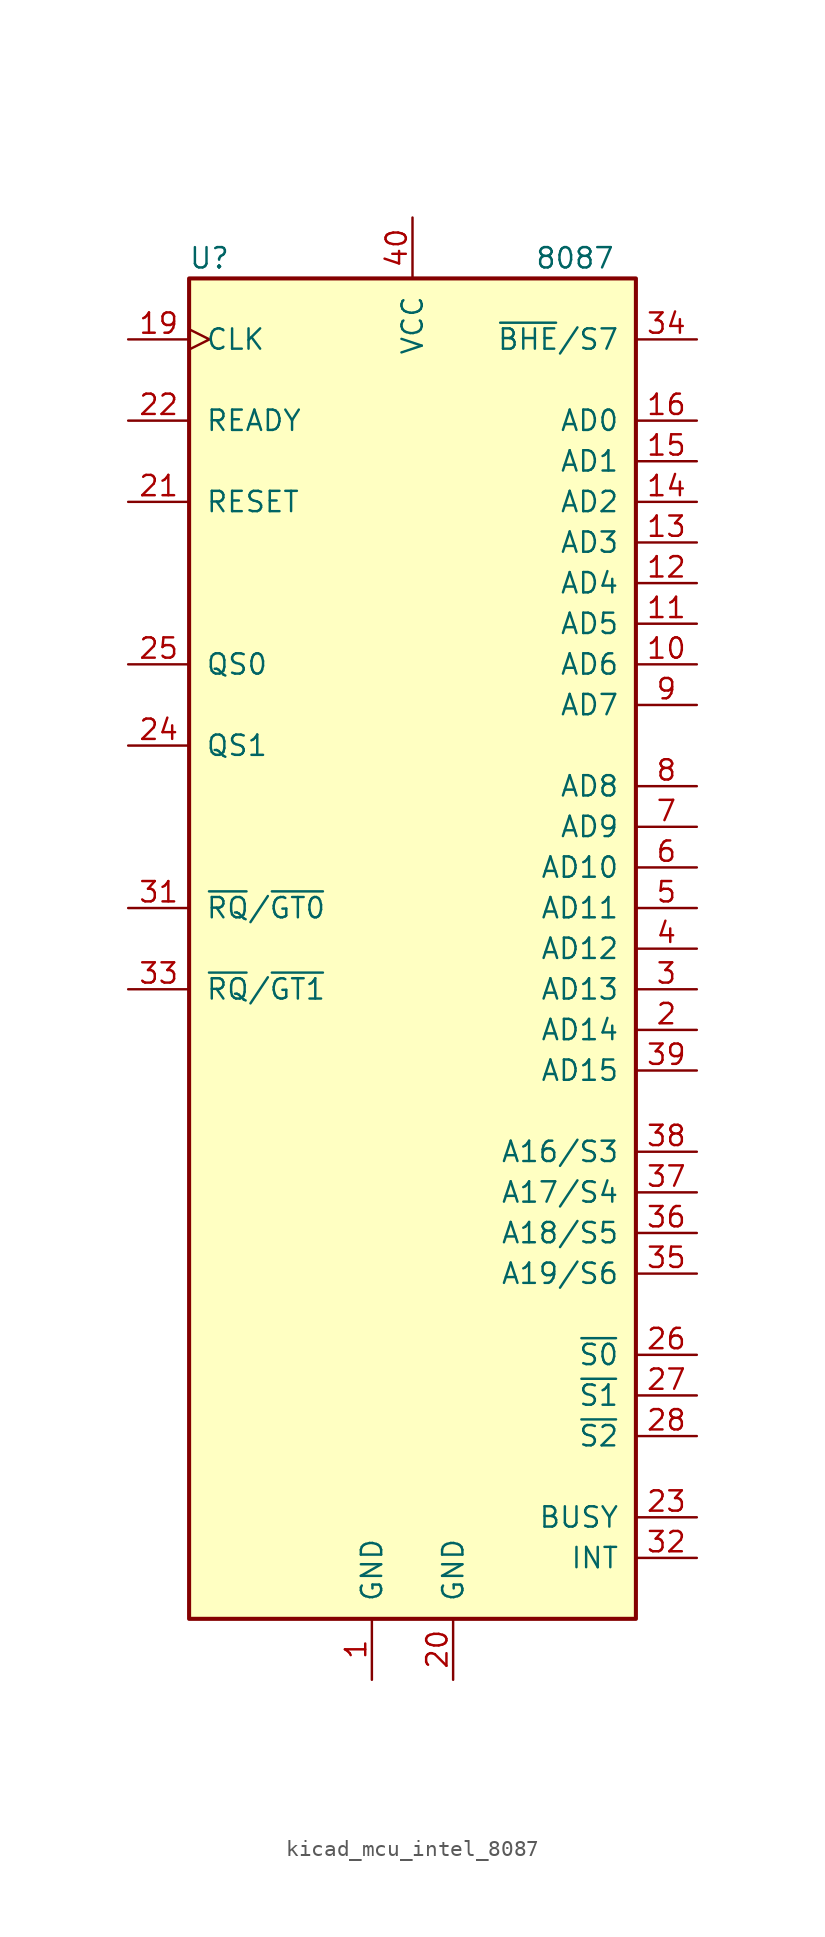
<source format=kicad_sym>
(kicad_symbol_lib
  (version 20220914)
  (generator kicad_symbol_editor)
  (symbol "kicad_mcu_intel_8087"
    (pin_names
      (offset 1.016))
    (property "Reference" "U"
      (at -12.7 43.18 0)
      (effects (font (size 1.27 1.27))))
    (property "Value" "8087"
      (at 10.16 43.18 0)
      (effects (font (size 1.27 1.27))))
    (symbol "kicad_mcu_intel_8087_0_1"
      (rectangle (start 13.97 -41.91) (end -13.97 41.91) (stroke (width 0.254) (type default)) (fill (type background))))
    (symbol "kicad_mcu_intel_8087_1_1"
      (pin power_in line (at -2.54 -45.72 90) (length 3.81) (name "GND" (effects (font (size 1.27 1.27)))) (number "1" (effects (font (size 1.27 1.27)))))
      (pin bidirectional line (at 17.78 17.78 180) (length 3.81) (name "AD6" (effects (font (size 1.27 1.27)))) (number "10" (effects (font (size 1.27 1.27)))))
      (pin bidirectional line (at 17.78 20.32 180) (length 3.81) (name "AD5" (effects (font (size 1.27 1.27)))) (number "11" (effects (font (size 1.27 1.27)))))
      (pin bidirectional line (at 17.78 22.86 180) (length 3.81) (name "AD4" (effects (font (size 1.27 1.27)))) (number "12" (effects (font (size 1.27 1.27)))))
      (pin bidirectional line (at 17.78 25.4 180) (length 3.81) (name "AD3" (effects (font (size 1.27 1.27)))) (number "13" (effects (font (size 1.27 1.27)))))
      (pin bidirectional line (at 17.78 27.94 180) (length 3.81) (name "AD2" (effects (font (size 1.27 1.27)))) (number "14" (effects (font (size 1.27 1.27)))))
      (pin bidirectional line (at 17.78 30.48 180) (length 3.81) (name "AD1" (effects (font (size 1.27 1.27)))) (number "15" (effects (font (size 1.27 1.27)))))
      (pin bidirectional line (at 17.78 33.02 180) (length 3.81) (name "AD0" (effects (font (size 1.27 1.27)))) (number "16" (effects (font (size 1.27 1.27)))))
      (pin no_connect line (at -13.97 -30.48 0) (length 3.81) hide (name "NC" (effects (font (size 1.27 1.27)))) (number "17" (effects (font (size 1.27 1.27)))))
      (pin no_connect line (at -13.97 -33.02 0) (length 3.81) hide (name "NC" (effects (font (size 1.27 1.27)))) (number "18" (effects (font (size 1.27 1.27)))))
      (pin input clock (at -17.78 38.1 0) (length 3.81) (name "CLK" (effects (font (size 1.27 1.27)))) (number "19" (effects (font (size 1.27 1.27)))))
      (pin bidirectional line (at 17.78 -5.08 180) (length 3.81) (name "AD14" (effects (font (size 1.27 1.27)))) (number "2" (effects (font (size 1.27 1.27)))))
      (pin power_in line (at 2.54 -45.72 90) (length 3.81) (name "GND" (effects (font (size 1.27 1.27)))) (number "20" (effects (font (size 1.27 1.27)))))
      (pin input line (at -17.78 27.94 0) (length 3.81) (name "RESET" (effects (font (size 1.27 1.27)))) (number "21" (effects (font (size 1.27 1.27)))))
      (pin input line (at -17.78 33.02 0) (length 3.81) (name "READY" (effects (font (size 1.27 1.27)))) (number "22" (effects (font (size 1.27 1.27)))))
      (pin output line (at 17.78 -35.56 180) (length 3.81) (name "BUSY" (effects (font (size 1.27 1.27)))) (number "23" (effects (font (size 1.27 1.27)))))
      (pin input line (at -17.78 12.7 0) (length 3.81) (name "QS1" (effects (font (size 1.27 1.27)))) (number "24" (effects (font (size 1.27 1.27)))))
      (pin input line (at -17.78 17.78 0) (length 3.81) (name "QS0" (effects (font (size 1.27 1.27)))) (number "25" (effects (font (size 1.27 1.27)))))
      (pin bidirectional line (at 17.78 -25.4 180) (length 3.81) (name "~{S0}" (effects (font (size 1.27 1.27)))) (number "26" (effects (font (size 1.27 1.27)))))
      (pin bidirectional line (at 17.78 -27.94 180) (length 3.81) (name "~{S1}" (effects (font (size 1.27 1.27)))) (number "27" (effects (font (size 1.27 1.27)))))
      (pin bidirectional line (at 17.78 -30.48 180) (length 3.81) (name "~{S2}" (effects (font (size 1.27 1.27)))) (number "28" (effects (font (size 1.27 1.27)))))
      (pin no_connect line (at -13.97 -35.56 0) (length 3.81) hide (name "NC" (effects (font (size 1.27 1.27)))) (number "29" (effects (font (size 1.27 1.27)))))
      (pin bidirectional line (at 17.78 -2.54 180) (length 3.81) (name "AD13" (effects (font (size 1.27 1.27)))) (number "3" (effects (font (size 1.27 1.27)))))
      (pin no_connect line (at -13.97 -38.1 0) (length 3.81) hide (name "NC" (effects (font (size 1.27 1.27)))) (number "30" (effects (font (size 1.27 1.27)))))
      (pin bidirectional line (at -17.78 2.54 0) (length 3.81) (name "~{RQ}/~{GT0}" (effects (font (size 1.27 1.27)))) (number "31" (effects (font (size 1.27 1.27)))))
      (pin output line (at 17.78 -38.1 180) (length 3.81) (name "INT" (effects (font (size 1.27 1.27)))) (number "32" (effects (font (size 1.27 1.27)))))
      (pin bidirectional line (at -17.78 -2.54 0) (length 3.81) (name "~{RQ}/~{GT1}" (effects (font (size 1.27 1.27)))) (number "33" (effects (font (size 1.27 1.27)))))
      (pin bidirectional line (at 17.78 38.1 180) (length 3.81) (name "~{BHE}/S7" (effects (font (size 1.27 1.27)))) (number "34" (effects (font (size 1.27 1.27)))))
      (pin bidirectional line (at 17.78 -20.32 180) (length 3.81) (name "A19/S6" (effects (font (size 1.27 1.27)))) (number "35" (effects (font (size 1.27 1.27)))))
      (pin bidirectional line (at 17.78 -17.78 180) (length 3.81) (name "A18/S5" (effects (font (size 1.27 1.27)))) (number "36" (effects (font (size 1.27 1.27)))))
      (pin bidirectional line (at 17.78 -15.24 180) (length 3.81) (name "A17/S4" (effects (font (size 1.27 1.27)))) (number "37" (effects (font (size 1.27 1.27)))))
      (pin bidirectional line (at 17.78 -12.7 180) (length 3.81) (name "A16/S3" (effects (font (size 1.27 1.27)))) (number "38" (effects (font (size 1.27 1.27)))))
      (pin bidirectional line (at 17.78 -7.62 180) (length 3.81) (name "AD15" (effects (font (size 1.27 1.27)))) (number "39" (effects (font (size 1.27 1.27)))))
      (pin bidirectional line (at 17.78 0 180) (length 3.81) (name "AD12" (effects (font (size 1.27 1.27)))) (number "4" (effects (font (size 1.27 1.27)))))
      (pin power_in line (at 0 45.72 270) (length 3.81) (name "VCC" (effects (font (size 1.27 1.27)))) (number "40" (effects (font (size 1.27 1.27)))))
      (pin bidirectional line (at 17.78 2.54 180) (length 3.81) (name "AD11" (effects (font (size 1.27 1.27)))) (number "5" (effects (font (size 1.27 1.27)))))
      (pin bidirectional line (at 17.78 5.08 180) (length 3.81) (name "AD10" (effects (font (size 1.27 1.27)))) (number "6" (effects (font (size 1.27 1.27)))))
      (pin bidirectional line (at 17.78 7.62 180) (length 3.81) (name "AD9" (effects (font (size 1.27 1.27)))) (number "7" (effects (font (size 1.27 1.27)))))
      (pin bidirectional line (at 17.78 10.16 180) (length 3.81) (name "AD8" (effects (font (size 1.27 1.27)))) (number "8" (effects (font (size 1.27 1.27)))))
      (pin bidirectional line (at 17.78 15.24 180) (length 3.81) (name "AD7" (effects (font (size 1.27 1.27)))) (number "9" (effects (font (size 1.27 1.27))))))))
</source>
